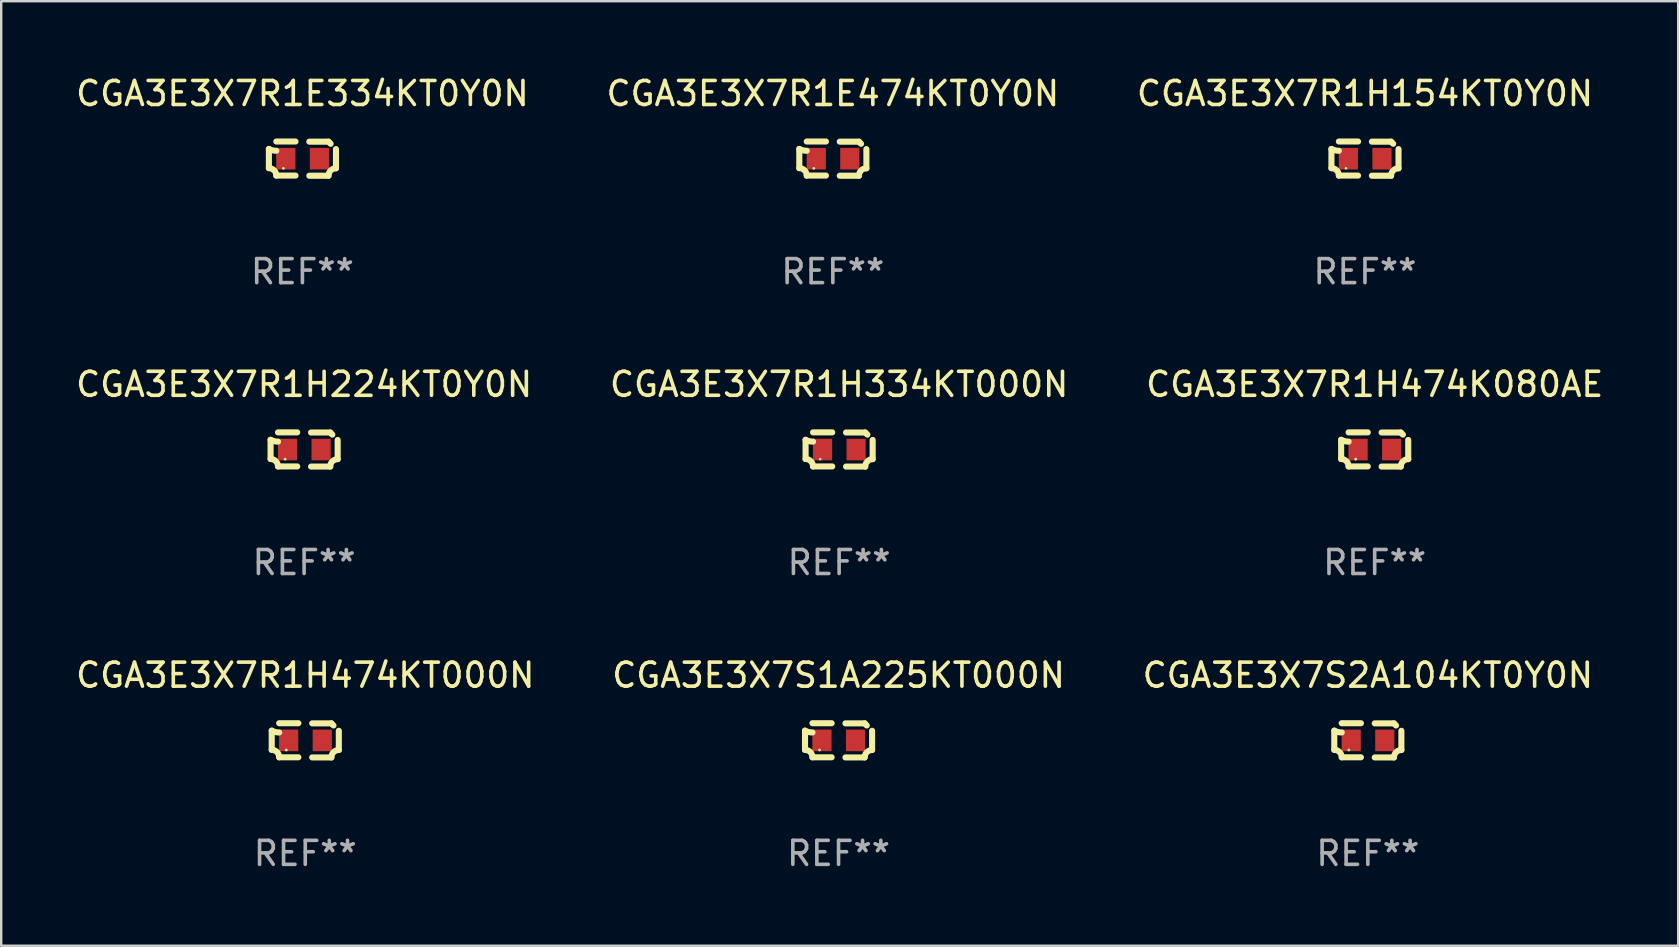
<source format=kicad_pcb>
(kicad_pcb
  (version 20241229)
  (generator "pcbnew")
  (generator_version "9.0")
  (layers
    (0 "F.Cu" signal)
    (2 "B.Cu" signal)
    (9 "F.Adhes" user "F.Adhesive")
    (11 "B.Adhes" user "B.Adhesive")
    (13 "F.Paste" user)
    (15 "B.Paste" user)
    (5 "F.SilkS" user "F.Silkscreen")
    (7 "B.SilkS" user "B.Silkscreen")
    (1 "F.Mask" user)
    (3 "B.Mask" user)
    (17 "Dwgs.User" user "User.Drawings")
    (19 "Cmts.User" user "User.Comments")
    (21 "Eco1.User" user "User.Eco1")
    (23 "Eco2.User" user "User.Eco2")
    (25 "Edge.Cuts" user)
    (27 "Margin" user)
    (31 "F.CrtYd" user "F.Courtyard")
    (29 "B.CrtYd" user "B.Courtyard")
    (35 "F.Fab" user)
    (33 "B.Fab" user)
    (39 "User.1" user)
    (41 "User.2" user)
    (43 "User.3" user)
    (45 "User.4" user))
  (footprint "CGA3E3X7S1A225KT000N"
    (layer "F.Cu")
    (at 31.899 27.805)
    (property "Reference" "CGA3E3X7S1A225KT000N" (at 0 -2.713 0) (layer "F.SilkS") (effects (font (size 1 1) (thickness 0.15))))
    (attr through_hole)
    (fp_line (start -1.398 -0.403) (end -1.398 0.397) (stroke (width 0.254) (type solid)) (layer "F.SilkS"))
    (fp_line (start -0.288 -0.713) (end -1.088 -0.713) (stroke (width 0.254) (type solid)) (layer "F.SilkS"))
    (fp_line (start -0.288 0.707) (end -1.088 0.707) (stroke (width 0.254) (type solid)) (layer "F.SilkS"))
    (fp_line (start 0.288 -0.707) (end 1.088 -0.707) (stroke (width 0.254) (type solid)) (layer "F.SilkS"))
    (fp_line (start 0.288 0.713) (end 1.088 0.713) (stroke (width 0.254) (type solid)) (layer "F.SilkS"))
    (fp_line (start 1.398 -0.397) (end 1.398 0.403) (stroke (width 0.254) (type solid)) (layer "F.SilkS"))
    (fp_arc (start -1.397789 0.397066) (mid -1.178701 0.487826) (end -1.08796 0.706922) (stroke (width 0.254001) (type solid)) (layer "F.SilkS"))
    (fp_arc (start -1.08796 -0.327176) (mid -1.247436 -0.346384) (end -1.39779 -0.402908) (stroke (width 0.254001) (type solid)) (layer "F.SilkS"))
    (fp_arc (start 1.087909 0.712738) (mid 1.178656 0.493655) (end 1.397739 0.402908) (stroke (width 0.254001) (type solid)) (layer "F.SilkS"))
    (fp_arc (start 1.175925 -0.618926) (mid 1.131917 -0.662923) (end 1.08791 -0.706922) (stroke (width 0.254001) (type solid)) (layer "F.SilkS"))
    (fp_circle (center -0.792 0.403) (end -0.762 0.403) (stroke (width 0.06) (type solid)) (fill no) (layer "F.SilkS"))
    (fp_text user "REF**" (at 0 4.713 0) (layer "F.Fab") (effects (font (size 1 1) (thickness 0.15))))
    (pad "1" smd rect (at -0.692 0.003) (size 0.8 0.9) (layers "F.Cu" "F.Mask" "F.Paste"))
    (pad "2" smd rect (at 0.708 0.003) (size 0.8 0.9) (layers "F.Cu" "F.Mask" "F.Paste")))
  (footprint "CGA3E3X7S2A104KT0Y0N"
    (layer "F.Cu")
    (at 53.958 27.805)
    (property "Reference" "CGA3E3X7S2A104KT0Y0N" (at 0 -2.713 0) (layer "F.SilkS") (effects (font (size 1 1) (thickness 0.15))))
    (attr through_hole)
    (fp_line (start -1.398 -0.403) (end -1.398 0.397) (stroke (width 0.254) (type solid)) (layer "F.SilkS"))
    (fp_line (start -0.288 -0.713) (end -1.088 -0.713) (stroke (width 0.254) (type solid)) (layer "F.SilkS"))
    (fp_line (start -0.288 0.707) (end -1.088 0.707) (stroke (width 0.254) (type solid)) (layer "F.SilkS"))
    (fp_line (start 0.288 -0.707) (end 1.088 -0.707) (stroke (width 0.254) (type solid)) (layer "F.SilkS"))
    (fp_line (start 0.288 0.713) (end 1.088 0.713) (stroke (width 0.254) (type solid)) (layer "F.SilkS"))
    (fp_line (start 1.398 -0.397) (end 1.398 0.403) (stroke (width 0.254) (type solid)) (layer "F.SilkS"))
    (fp_arc (start -1.397789 0.397066) (mid -1.178701 0.487826) (end -1.08796 0.706922) (stroke (width 0.254001) (type solid)) (layer "F.SilkS"))
    (fp_arc (start -1.08796 -0.327176) (mid -1.247436 -0.346384) (end -1.39779 -0.402908) (stroke (width 0.254001) (type solid)) (layer "F.SilkS"))
    (fp_arc (start 1.087909 0.712738) (mid 1.178656 0.493655) (end 1.397739 0.402908) (stroke (width 0.254001) (type solid)) (layer "F.SilkS"))
    (fp_arc (start 1.175925 -0.618926) (mid 1.131917 -0.662923) (end 1.08791 -0.706922) (stroke (width 0.254001) (type solid)) (layer "F.SilkS"))
    (fp_circle (center -0.792 0.403) (end -0.762 0.403) (stroke (width 0.06) (type solid)) (fill no) (layer "F.SilkS"))
    (fp_text user "REF**" (at 0 4.713 0) (layer "F.Fab") (effects (font (size 1 1) (thickness 0.15))))
    (pad "1" smd rect (at -0.692 0.003) (size 0.8 0.9) (layers "F.Cu" "F.Mask" "F.Paste"))
    (pad "2" smd rect (at 0.708 0.003) (size 0.8 0.9) (layers "F.Cu" "F.Mask" "F.Paste")))
  (footprint "CGA3E3X7R1H474KT000N"
    (layer "F.Cu")
    (at 9.673 27.805)
    (property "Reference" "CGA3E3X7R1H474KT000N" (at 0 -2.713 0) (layer "F.SilkS") (effects (font (size 1 1) (thickness 0.15))))
    (attr through_hole)
    (fp_line (start -1.398 -0.403) (end -1.398 0.397) (stroke (width 0.254) (type solid)) (layer "F.SilkS"))
    (fp_line (start -0.288 -0.713) (end -1.088 -0.713) (stroke (width 0.254) (type solid)) (layer "F.SilkS"))
    (fp_line (start -0.288 0.707) (end -1.088 0.707) (stroke (width 0.254) (type solid)) (layer "F.SilkS"))
    (fp_line (start 0.288 -0.707) (end 1.088 -0.707) (stroke (width 0.254) (type solid)) (layer "F.SilkS"))
    (fp_line (start 0.288 0.713) (end 1.088 0.713) (stroke (width 0.254) (type solid)) (layer "F.SilkS"))
    (fp_line (start 1.398 -0.397) (end 1.398 0.403) (stroke (width 0.254) (type solid)) (layer "F.SilkS"))
    (fp_arc (start -1.397789 0.397066) (mid -1.178701 0.487826) (end -1.08796 0.706922) (stroke (width 0.254001) (type solid)) (layer "F.SilkS"))
    (fp_arc (start -1.08796 -0.327176) (mid -1.247436 -0.346384) (end -1.39779 -0.402908) (stroke (width 0.254001) (type solid)) (layer "F.SilkS"))
    (fp_arc (start 1.087909 0.712738) (mid 1.178656 0.493655) (end 1.397739 0.402908) (stroke (width 0.254001) (type solid)) (layer "F.SilkS"))
    (fp_arc (start 1.175925 -0.618926) (mid 1.131917 -0.662923) (end 1.08791 -0.706922) (stroke (width 0.254001) (type solid)) (layer "F.SilkS"))
    (fp_circle (center -0.792 0.403) (end -0.762 0.403) (stroke (width 0.06) (type solid)) (fill no) (layer "F.SilkS"))
    (fp_text user "REF**" (at 0 4.713 0) (layer "F.Fab") (effects (font (size 1 1) (thickness 0.15))))
    (pad "1" smd rect (at -0.692 0.003) (size 0.8 0.9) (layers "F.Cu" "F.Mask" "F.Paste"))
    (pad "2" smd rect (at 0.708 0.003) (size 0.8 0.9) (layers "F.Cu" "F.Mask" "F.Paste")))
  (footprint "CGA3E3X7R1H334KT000N"
    (layer "F.Cu")
    (at 31.923 15.683)
    (property "Reference" "CGA3E3X7R1H334KT000N" (at 0 -2.713 0) (layer "F.SilkS") (effects (font (size 1 1) (thickness 0.15))))
    (attr through_hole)
    (fp_line (start -1.398 -0.403) (end -1.398 0.397) (stroke (width 0.254) (type solid)) (layer "F.SilkS"))
    (fp_line (start -0.288 -0.713) (end -1.088 -0.713) (stroke (width 0.254) (type solid)) (layer "F.SilkS"))
    (fp_line (start -0.288 0.707) (end -1.088 0.707) (stroke (width 0.254) (type solid)) (layer "F.SilkS"))
    (fp_line (start 0.288 -0.707) (end 1.088 -0.707) (stroke (width 0.254) (type solid)) (layer "F.SilkS"))
    (fp_line (start 0.288 0.713) (end 1.088 0.713) (stroke (width 0.254) (type solid)) (layer "F.SilkS"))
    (fp_line (start 1.398 -0.397) (end 1.398 0.403) (stroke (width 0.254) (type solid)) (layer "F.SilkS"))
    (fp_arc (start -1.397789 0.397066) (mid -1.178701 0.487826) (end -1.08796 0.706922) (stroke (width 0.254001) (type solid)) (layer "F.SilkS"))
    (fp_arc (start -1.08796 -0.327176) (mid -1.247436 -0.346384) (end -1.39779 -0.402908) (stroke (width 0.254001) (type solid)) (layer "F.SilkS"))
    (fp_arc (start 1.087909 0.712738) (mid 1.178656 0.493655) (end 1.397739 0.402908) (stroke (width 0.254001) (type solid)) (layer "F.SilkS"))
    (fp_arc (start 1.175925 -0.618926) (mid 1.131917 -0.662923) (end 1.08791 -0.706922) (stroke (width 0.254001) (type solid)) (layer "F.SilkS"))
    (fp_circle (center -0.792 0.403) (end -0.762 0.403) (stroke (width 0.06) (type solid)) (fill no) (layer "F.SilkS"))
    (fp_text user "REF**" (at 0 4.713 0) (layer "F.Fab") (effects (font (size 1 1) (thickness 0.15))))
    (pad "1" smd rect (at -0.692 0.003) (size 0.8 0.9) (layers "F.Cu" "F.Mask" "F.Paste"))
    (pad "2" smd rect (at 0.708 0.003) (size 0.8 0.9) (layers "F.Cu" "F.Mask" "F.Paste")))
  (footprint "CGA3E3X7R1H154KT0Y0N"
    (layer "F.Cu")
    (at 53.839 3.561)
    (property "Reference" "CGA3E3X7R1H154KT0Y0N" (at 0 -2.713 0) (layer "F.SilkS") (effects (font (size 1 1) (thickness 0.15))))
    (attr through_hole)
    (fp_line (start -1.398 -0.403) (end -1.398 0.397) (stroke (width 0.254) (type solid)) (layer "F.SilkS"))
    (fp_line (start -0.288 -0.713) (end -1.088 -0.713) (stroke (width 0.254) (type solid)) (layer "F.SilkS"))
    (fp_line (start -0.288 0.707) (end -1.088 0.707) (stroke (width 0.254) (type solid)) (layer "F.SilkS"))
    (fp_line (start 0.288 -0.707) (end 1.088 -0.707) (stroke (width 0.254) (type solid)) (layer "F.SilkS"))
    (fp_line (start 0.288 0.713) (end 1.088 0.713) (stroke (width 0.254) (type solid)) (layer "F.SilkS"))
    (fp_line (start 1.398 -0.397) (end 1.398 0.403) (stroke (width 0.254) (type solid)) (layer "F.SilkS"))
    (fp_arc (start -1.397789 0.397066) (mid -1.178701 0.487826) (end -1.08796 0.706922) (stroke (width 0.254001) (type solid)) (layer "F.SilkS"))
    (fp_arc (start -1.08796 -0.327176) (mid -1.247436 -0.346384) (end -1.39779 -0.402908) (stroke (width 0.254001) (type solid)) (layer "F.SilkS"))
    (fp_arc (start 1.087909 0.712738) (mid 1.178656 0.493655) (end 1.397739 0.402908) (stroke (width 0.254001) (type solid)) (layer "F.SilkS"))
    (fp_arc (start 1.175925 -0.618926) (mid 1.131917 -0.662923) (end 1.08791 -0.706922) (stroke (width 0.254001) (type solid)) (layer "F.SilkS"))
    (fp_circle (center -0.792 0.403) (end -0.762 0.403) (stroke (width 0.06) (type solid)) (fill no) (layer "F.SilkS"))
    (fp_text user "REF**" (at 0 4.713 0) (layer "F.Fab") (effects (font (size 1 1) (thickness 0.15))))
    (pad "1" smd rect (at -0.692 0.003) (size 0.8 0.9) (layers "F.Cu" "F.Mask" "F.Paste"))
    (pad "2" smd rect (at 0.708 0.003) (size 0.8 0.9) (layers "F.Cu" "F.Mask" "F.Paste")))
  (footprint "CGA3E3X7R1E474KT0Y0N"
    (layer "F.Cu")
    (at 31.661 3.561)
    (property "Reference" "CGA3E3X7R1E474KT0Y0N" (at 0 -2.713 0) (layer "F.SilkS") (effects (font (size 1 1) (thickness 0.15))))
    (attr through_hole)
    (fp_line (start -1.398 -0.403) (end -1.398 0.397) (stroke (width 0.254) (type solid)) (layer "F.SilkS"))
    (fp_line (start -0.288 -0.713) (end -1.088 -0.713) (stroke (width 0.254) (type solid)) (layer "F.SilkS"))
    (fp_line (start -0.288 0.707) (end -1.088 0.707) (stroke (width 0.254) (type solid)) (layer "F.SilkS"))
    (fp_line (start 0.288 -0.707) (end 1.088 -0.707) (stroke (width 0.254) (type solid)) (layer "F.SilkS"))
    (fp_line (start 0.288 0.713) (end 1.088 0.713) (stroke (width 0.254) (type solid)) (layer "F.SilkS"))
    (fp_line (start 1.398 -0.397) (end 1.398 0.403) (stroke (width 0.254) (type solid)) (layer "F.SilkS"))
    (fp_arc (start -1.397789 0.397066) (mid -1.178701 0.487826) (end -1.08796 0.706922) (stroke (width 0.254001) (type solid)) (layer "F.SilkS"))
    (fp_arc (start -1.08796 -0.327176) (mid -1.247436 -0.346384) (end -1.39779 -0.402908) (stroke (width 0.254001) (type solid)) (layer "F.SilkS"))
    (fp_arc (start 1.087909 0.712738) (mid 1.178656 0.493655) (end 1.397739 0.402908) (stroke (width 0.254001) (type solid)) (layer "F.SilkS"))
    (fp_arc (start 1.175925 -0.618926) (mid 1.131917 -0.662923) (end 1.08791 -0.706922) (stroke (width 0.254001) (type solid)) (layer "F.SilkS"))
    (fp_circle (center -0.792 0.403) (end -0.762 0.403) (stroke (width 0.06) (type solid)) (fill no) (layer "F.SilkS"))
    (fp_text user "REF**" (at 0 4.713 0) (layer "F.Fab") (effects (font (size 1 1) (thickness 0.15))))
    (pad "1" smd rect (at -0.692 0.003) (size 0.8 0.9) (layers "F.Cu" "F.Mask" "F.Paste"))
    (pad "2" smd rect (at 0.708 0.003) (size 0.8 0.9) (layers "F.Cu" "F.Mask" "F.Paste")))
  (footprint "CGA3E3X7R1E334KT0Y0N"
    (layer "F.Cu")
    (at 9.554 3.561)
    (property "Reference" "CGA3E3X7R1E334KT0Y0N" (at 0 -2.713 0) (layer "F.SilkS") (effects (font (size 1 1) (thickness 0.15))))
    (attr through_hole)
    (fp_line (start -1.398 -0.403) (end -1.398 0.397) (stroke (width 0.254) (type solid)) (layer "F.SilkS"))
    (fp_line (start -0.288 -0.713) (end -1.088 -0.713) (stroke (width 0.254) (type solid)) (layer "F.SilkS"))
    (fp_line (start -0.288 0.707) (end -1.088 0.707) (stroke (width 0.254) (type solid)) (layer "F.SilkS"))
    (fp_line (start 0.288 -0.707) (end 1.088 -0.707) (stroke (width 0.254) (type solid)) (layer "F.SilkS"))
    (fp_line (start 0.288 0.713) (end 1.088 0.713) (stroke (width 0.254) (type solid)) (layer "F.SilkS"))
    (fp_line (start 1.398 -0.397) (end 1.398 0.403) (stroke (width 0.254) (type solid)) (layer "F.SilkS"))
    (fp_arc (start -1.397789 0.397066) (mid -1.178701 0.487826) (end -1.08796 0.706922) (stroke (width 0.254001) (type solid)) (layer "F.SilkS"))
    (fp_arc (start -1.08796 -0.327176) (mid -1.247436 -0.346384) (end -1.39779 -0.402908) (stroke (width 0.254001) (type solid)) (layer "F.SilkS"))
    (fp_arc (start 1.087909 0.712738) (mid 1.178656 0.493655) (end 1.397739 0.402908) (stroke (width 0.254001) (type solid)) (layer "F.SilkS"))
    (fp_arc (start 1.175925 -0.618926) (mid 1.131917 -0.662923) (end 1.08791 -0.706922) (stroke (width 0.254001) (type solid)) (layer "F.SilkS"))
    (fp_circle (center -0.792 0.403) (end -0.762 0.403) (stroke (width 0.06) (type solid)) (fill no) (layer "F.SilkS"))
    (fp_text user "REF**" (at 0 4.713 0) (layer "F.Fab") (effects (font (size 1 1) (thickness 0.15))))
    (pad "1" smd rect (at -0.692 0.003) (size 0.8 0.9) (layers "F.Cu" "F.Mask" "F.Paste"))
    (pad "2" smd rect (at 0.708 0.003) (size 0.8 0.9) (layers "F.Cu" "F.Mask" "F.Paste")))
  (footprint "CGA3E3X7R1H474K080AE"
    (layer "F.Cu")
    (at 54.244 15.683)
    (property "Reference" "CGA3E3X7R1H474K080AE" (at 0 -2.713 0) (layer "F.SilkS") (effects (font (size 1 1) (thickness 0.15))))
    (attr through_hole)
    (fp_line (start -1.398 -0.403) (end -1.398 0.397) (stroke (width 0.254) (type solid)) (layer "F.SilkS"))
    (fp_line (start -0.288 -0.713) (end -1.088 -0.713) (stroke (width 0.254) (type solid)) (layer "F.SilkS"))
    (fp_line (start -0.288 0.707) (end -1.088 0.707) (stroke (width 0.254) (type solid)) (layer "F.SilkS"))
    (fp_line (start 0.288 -0.707) (end 1.088 -0.707) (stroke (width 0.254) (type solid)) (layer "F.SilkS"))
    (fp_line (start 0.288 0.713) (end 1.088 0.713) (stroke (width 0.254) (type solid)) (layer "F.SilkS"))
    (fp_line (start 1.398 -0.397) (end 1.398 0.403) (stroke (width 0.254) (type solid)) (layer "F.SilkS"))
    (fp_arc (start -1.397789 0.397066) (mid -1.178701 0.487826) (end -1.08796 0.706922) (stroke (width 0.254001) (type solid)) (layer "F.SilkS"))
    (fp_arc (start -1.08796 -0.327176) (mid -1.247436 -0.346384) (end -1.39779 -0.402908) (stroke (width 0.254001) (type solid)) (layer "F.SilkS"))
    (fp_arc (start 1.087909 0.712738) (mid 1.178656 0.493655) (end 1.397739 0.402908) (stroke (width 0.254001) (type solid)) (layer "F.SilkS"))
    (fp_arc (start 1.175925 -0.618926) (mid 1.131917 -0.662923) (end 1.08791 -0.706922) (stroke (width 0.254001) (type solid)) (layer "F.SilkS"))
    (fp_circle (center -0.792 0.403) (end -0.762 0.403) (stroke (width 0.06) (type solid)) (fill no) (layer "F.SilkS"))
    (fp_text user "REF**" (at 0 4.713 0) (layer "F.Fab") (effects (font (size 1 1) (thickness 0.15))))
    (pad "1" smd rect (at -0.692 0.003) (size 0.8 0.9) (layers "F.Cu" "F.Mask" "F.Paste"))
    (pad "2" smd rect (at 0.708 0.003) (size 0.8 0.9) (layers "F.Cu" "F.Mask" "F.Paste")))
  (footprint "CGA3E3X7R1H224KT0Y0N"
    (layer "F.Cu")
    (at 9.625 15.683)
    (property "Reference" "CGA3E3X7R1H224KT0Y0N" (at 0 -2.713 0) (layer "F.SilkS") (effects (font (size 1 1) (thickness 0.15))))
    (attr through_hole)
    (fp_line (start -1.398 -0.403) (end -1.398 0.397) (stroke (width 0.254) (type solid)) (layer "F.SilkS"))
    (fp_line (start -0.288 -0.713) (end -1.088 -0.713) (stroke (width 0.254) (type solid)) (layer "F.SilkS"))
    (fp_line (start -0.288 0.707) (end -1.088 0.707) (stroke (width 0.254) (type solid)) (layer "F.SilkS"))
    (fp_line (start 0.288 -0.707) (end 1.088 -0.707) (stroke (width 0.254) (type solid)) (layer "F.SilkS"))
    (fp_line (start 0.288 0.713) (end 1.088 0.713) (stroke (width 0.254) (type solid)) (layer "F.SilkS"))
    (fp_line (start 1.398 -0.397) (end 1.398 0.403) (stroke (width 0.254) (type solid)) (layer "F.SilkS"))
    (fp_arc (start -1.397789 0.397066) (mid -1.178701 0.487826) (end -1.08796 0.706922) (stroke (width 0.254001) (type solid)) (layer "F.SilkS"))
    (fp_arc (start -1.08796 -0.327176) (mid -1.247436 -0.346384) (end -1.39779 -0.402908) (stroke (width 0.254001) (type solid)) (layer "F.SilkS"))
    (fp_arc (start 1.087909 0.712738) (mid 1.178656 0.493655) (end 1.397739 0.402908) (stroke (width 0.254001) (type solid)) (layer "F.SilkS"))
    (fp_arc (start 1.175925 -0.618926) (mid 1.131917 -0.662923) (end 1.08791 -0.706922) (stroke (width 0.254001) (type solid)) (layer "F.SilkS"))
    (fp_circle (center -0.792 0.403) (end -0.762 0.403) (stroke (width 0.06) (type solid)) (fill no) (layer "F.SilkS"))
    (fp_text user "REF**" (at 0 4.713 0) (layer "F.Fab") (effects (font (size 1 1) (thickness 0.15))))
    (pad "1" smd rect (at -0.692 0.003) (size 0.8 0.9) (layers "F.Cu" "F.Mask" "F.Paste"))
    (pad "2" smd rect (at 0.708 0.003) (size 0.8 0.9) (layers "F.Cu" "F.Mask" "F.Paste")))
  (gr_rect
    (start -3 -3)
    (end 66.893 36.366)
    (stroke (width 0.1) (type default))
    (fill no)
    (layer "Edge.Cuts")))
</source>
